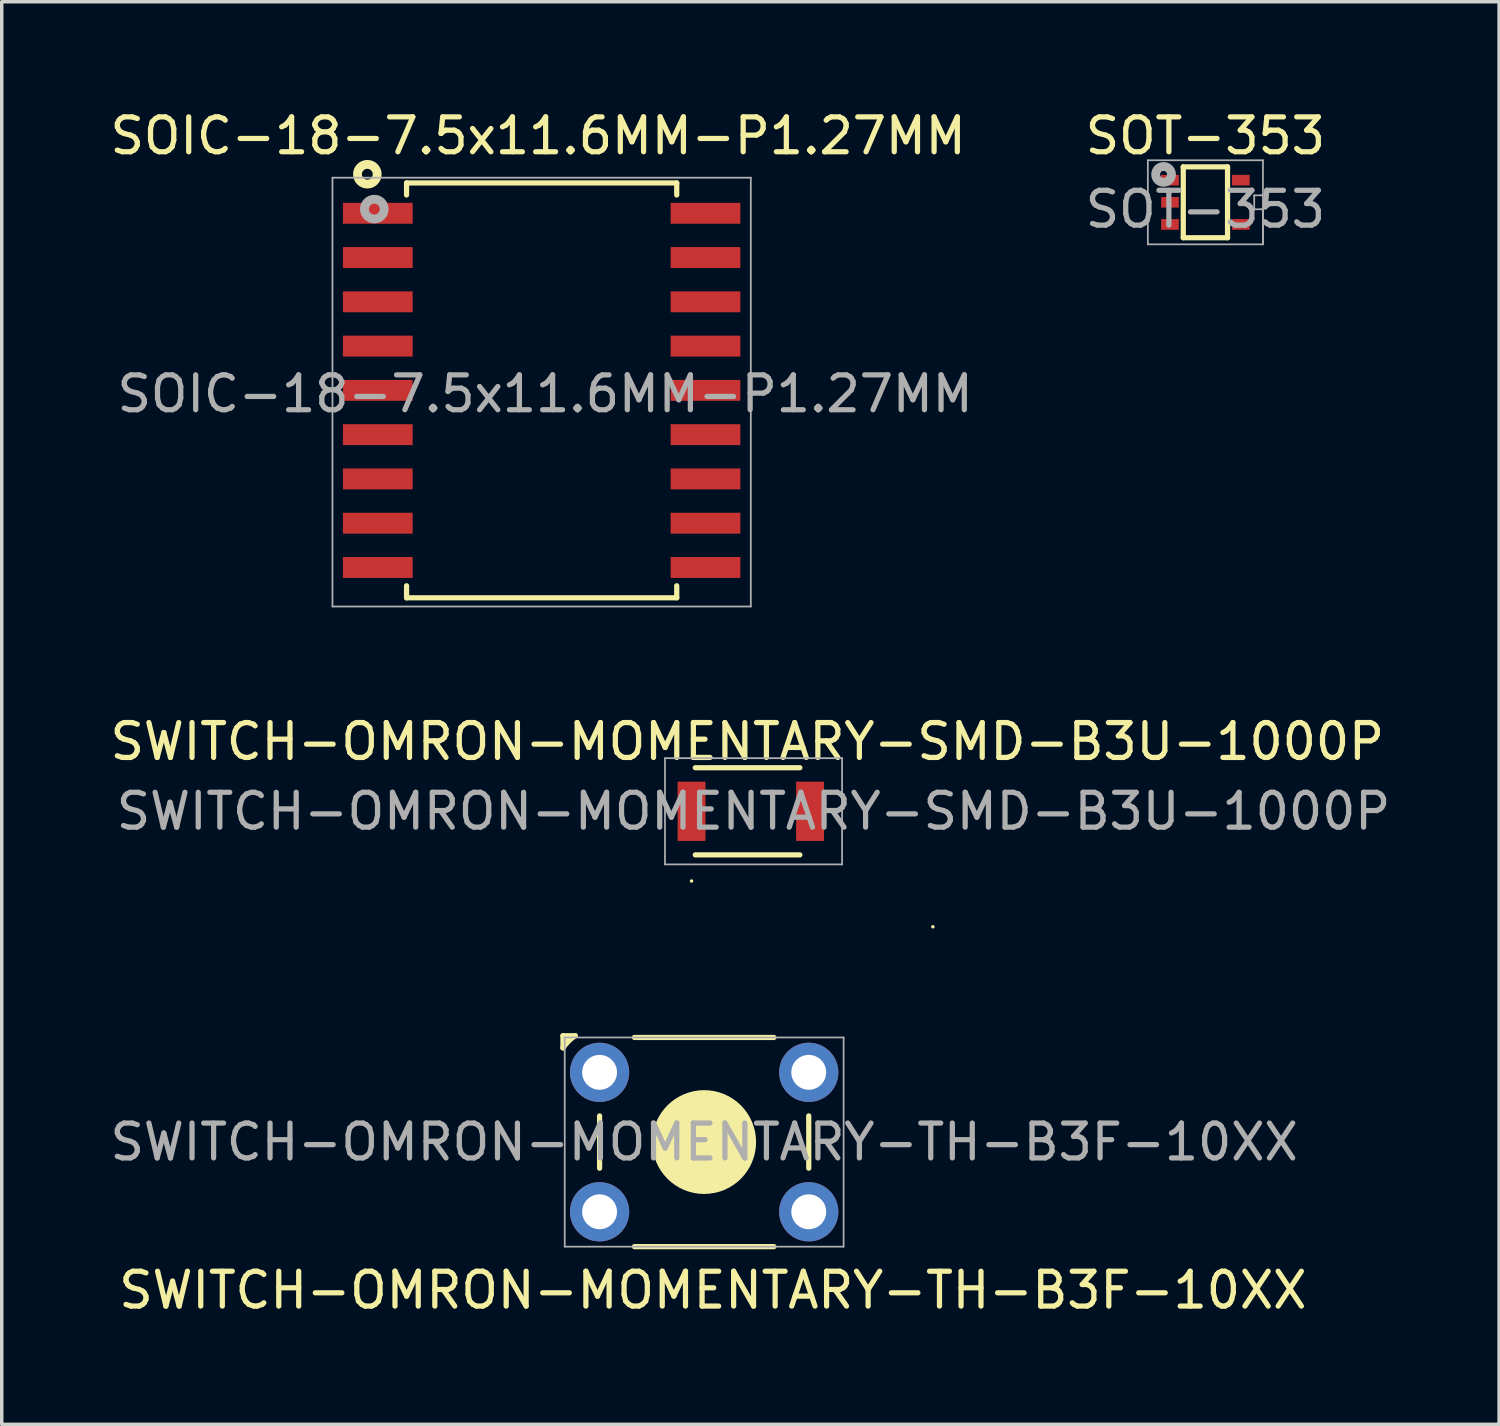
<source format=kicad_pcb>
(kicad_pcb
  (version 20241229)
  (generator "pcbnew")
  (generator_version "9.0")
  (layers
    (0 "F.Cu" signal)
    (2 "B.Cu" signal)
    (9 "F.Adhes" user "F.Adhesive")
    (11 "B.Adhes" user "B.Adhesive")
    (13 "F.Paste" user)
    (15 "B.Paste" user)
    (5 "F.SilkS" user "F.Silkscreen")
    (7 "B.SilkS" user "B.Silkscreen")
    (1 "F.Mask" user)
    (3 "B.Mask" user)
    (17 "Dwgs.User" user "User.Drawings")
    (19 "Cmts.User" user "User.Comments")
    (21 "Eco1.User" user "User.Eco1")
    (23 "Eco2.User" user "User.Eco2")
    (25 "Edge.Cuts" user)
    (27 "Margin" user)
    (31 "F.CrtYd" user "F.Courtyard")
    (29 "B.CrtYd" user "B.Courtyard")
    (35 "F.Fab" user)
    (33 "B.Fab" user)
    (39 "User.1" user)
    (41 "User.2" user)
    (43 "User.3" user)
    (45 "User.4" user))
  (footprint "SOT-353"
    (layer "F.Cu")
    (at 31.527 2.753)
    (property "Reference" "SOT-353" (at 0 0.2 0) (layer "F.Fab") (effects (font (size 1 1) (thickness 0.15))))
    (attr smd)
    (fp_line (start -0.635 -1.016) (end -0.635 1.016) (stroke (width 0.15) (type solid)) (layer "F.SilkS"))
    (fp_line (start -0.635 1.016) (end 0.635 1.016) (stroke (width 0.15) (type solid)) (layer "F.SilkS"))
    (fp_line (start 0.635 -1.016) (end -0.635 -1.016) (stroke (width 0.15) (type solid)) (layer "F.SilkS"))
    (fp_line (start 0.635 1.016) (end 0.635 -1.016) (stroke (width 0.15) (type solid)) (layer "F.SilkS"))
    (fp_line (start -1.651 -1.206) (end -1.651 1.206) (stroke (width 0.05) (type solid)) (layer "F.Fab"))
    (fp_line (start -1.651 1.206) (end 1.651 1.206) (stroke (width 0.05) (type solid)) (layer "F.Fab"))
    (fp_line (start 1.4 -0.2) (end 1.4 0.2) (stroke (width 0.05) (type solid)) (layer "F.Fab"))
    (fp_line (start 1.4 0.2) (end 1.6 0.2) (stroke (width 0.05) (type solid)) (layer "F.Fab"))
    (fp_line (start 1.6 -0.2) (end 1.4 -0.2) (stroke (width 0.05) (type solid)) (layer "F.Fab"))
    (fp_line (start 1.6 -0.2) (end 1.65 -0.2) (stroke (width 0.05) (type solid)) (layer "F.Fab"))
    (fp_line (start 1.6 0.2) (end 1.65 0.2) (stroke (width 0.05) (type solid)) (layer "F.Fab"))
    (fp_line (start 1.651 -1.206) (end -1.651 -1.206) (stroke (width 0.05) (type solid)) (layer "F.Fab"))
    (fp_line (start 1.651 1.206) (end 1.651 -1.206) (stroke (width 0.05) (type solid)) (layer "F.Fab"))
    (fp_line (start 1.651 1.206) (end 1.651 0.191) (stroke (width 0.05) (type solid)) (layer "F.Fab"))
    (fp_circle (center -1.2 -0.8) (end -1.2 -0.7) (stroke (width 0.254) (type solid)) (fill no) (layer "F.Fab"))
    (fp_text user "${REFERENCE}" (at 0 -1.905 0) (layer "F.SilkS") (effects (font (size 1 1) (thickness 0.15))))
    (pad "1" smd rect (at -1.016 -0.635) (size 0.508 0.305) (layers "F.Cu" "F.Mask" "F.Paste"))
    (pad "2" smd rect (at -1.016 0) (size 0.508 0.305) (layers "F.Cu" "F.Mask" "F.Paste"))
    (pad "3" smd rect (at -1.016 0.635) (size 0.508 0.305) (layers "F.Cu" "F.Mask" "F.Paste"))
    (pad "4" smd rect (at 1.016 0.635) (size 0.508 0.305) (layers "F.Cu" "F.Mask" "F.Paste"))
    (pad "5" smd rect (at 1.016 -0.635) (size 0.508 0.305) (layers "F.Cu" "F.Mask" "F.Paste")))
  (footprint "SWITCH-OMRON-MOMENTARY-TH-B3F-10XX"
    (layer "F.Cu")
    (at 14.149 27.71)
    (property "Reference" "SWITCH-OMRON-MOMENTARY-TH-B3F-10XX" (at 3 2 0) (layer "F.Fab") (effects (font (size 1 1) (thickness 0.15))))
    (attr through_hole)
    (fp_line (start -1.05 -1.05) (end -1.05 -0.7) (stroke (width 0.15) (type solid)) (layer "F.SilkS"))
    (fp_line (start -1.05 -1.05) (end -0.7 -1.05) (stroke (width 0.15) (type solid)) (layer "F.SilkS"))
    (fp_line (start -0.95 -1) (end -0.95 -0.9) (stroke (width 0.15) (type solid)) (layer "F.SilkS"))
    (fp_line (start 0 2) (end 0 2) (stroke (width 0.1) (type solid)) (layer "F.SilkS"))
    (fp_line (start 0 2.75) (end 0 1.25) (stroke (width 0.15) (type solid)) (layer "F.SilkS"))
    (fp_line (start 1 -1) (end 5 -1) (stroke (width 0.15) (type solid)) (layer "F.SilkS"))
    (fp_line (start 1 5) (end 5 5) (stroke (width 0.15) (type solid)) (layer "F.SilkS"))
    (fp_line (start 5 -1) (end 1 -1) (stroke (width 0.1) (type solid)) (layer "F.SilkS"))
    (fp_line (start 5 5) (end 1 5) (stroke (width 0.1) (type solid)) (layer "F.SilkS"))
    (fp_line (start 6 1.25) (end 6 2.75) (stroke (width 0.15) (type solid)) (layer "F.SilkS"))
    (fp_line (start 6 2) (end 6 2) (stroke (width 0.1) (type solid)) (layer "F.SilkS"))
    (fp_arc (start -1.05 -0.7) (mid -0.892328 -0.892328) (end -0.7 -1.05) (stroke (width 0.15) (type solid)) (layer "F.SilkS"))
    (fp_circle (center 3 2) (end 4 3) (stroke (width 0) (type solid)) (fill yes) (layer "F.SilkS"))
    (fp_circle (center 3 2) (end 4 3) (stroke (width 0.15) (type solid)) (fill no) (layer "F.SilkS"))
    (fp_line (start -1 -1) (end -1 5) (stroke (width 0.05) (type solid)) (layer "F.Fab"))
    (fp_line (start -1 5) (end 7 5) (stroke (width 0.05) (type solid)) (layer "F.Fab"))
    (fp_line (start 7 -1) (end -1 -1) (stroke (width 0.05) (type solid)) (layer "F.Fab"))
    (fp_line (start 7 5) (end 7 -1) (stroke (width 0.05) (type solid)) (layer "F.Fab"))
    (fp_text user "${REFERENCE}" (at 3.25 6.25 0) (layer "F.SilkS") (effects (font (size 1 1) (thickness 0.15))))
    (pad "1" thru_hole circle (at 0 0) (size 1.7 1.7) (drill 1) (layers "*.Cu" "*.Mask"))
    (pad "2" thru_hole circle (at 6 0) (size 1.7 1.7) (drill 1) (layers "*.Cu" "*.Mask"))
    (pad "3" thru_hole circle (at 0 4) (size 1.7 1.7) (drill 1) (layers "*.Cu" "*.Mask"))
    (pad "4" thru_hole circle (at 6 4) (size 1.7 1.7) (drill 1) (layers "*.Cu" "*.Mask")))
  (footprint "SWITCH-OMRON-MOMENTARY-SMD-B3U-1000P"
    (layer "F.Cu")
    (at 16.787 20.222)
    (property "Reference" "SWITCH-OMRON-MOMENTARY-SMD-B3U-1000P" (at 1.778 0 0) (layer "F.Fab") (effects (font (size 1 1) (thickness 0.15))))
    (attr through_hole)
    (fp_line (start 0 2) (end 0 2) (stroke (width 0.1) (type solid)) (layer "F.SilkS"))
    (fp_line (start 0.107 -1.25) (end 3.107 -1.25) (stroke (width 0.15) (type solid)) (layer "F.SilkS"))
    (fp_line (start 0.107 1.25) (end 3.107 1.25) (stroke (width 0.15) (type solid)) (layer "F.SilkS"))
    (fp_line (start 6.922 3.313) (end 6.922 3.313) (stroke (width 0.1) (type solid)) (layer "F.SilkS"))
    (fp_line (start -0.762 -1.524) (end 4.318 -1.524) (stroke (width 0.05) (type solid)) (layer "F.Fab"))
    (fp_line (start -0.762 1.524) (end -0.762 -1.524) (stroke (width 0.05) (type solid)) (layer "F.Fab"))
    (fp_line (start 4.318 -1.524) (end 4.318 1.524) (stroke (width 0.05) (type solid)) (layer "F.Fab"))
    (fp_line (start 4.318 1.524) (end -0.762 1.524) (stroke (width 0.05) (type solid)) (layer "F.Fab"))
    (fp_text user "${REFERENCE}" (at 1.6 -2 0) (layer "F.SilkS") (effects (font (size 1 1) (thickness 0.15))))
    (pad "1" smd rect (at 0 0) (size 0.8 1.7) (layers "F.Cu" "F.Mask" "F.Paste"))
    (pad "2" smd rect (at 3.4 0) (size 0.8 1.7) (layers "F.Cu" "F.Mask" "F.Paste")))
  (footprint "SOIC-18-7.5x11.6MM-P1.27MM"
    (layer "F.Cu")
    (at 12.487 8.148)
    (property "Reference" "SOIC-18-7.5x11.6MM-P1.27MM" (at 0.1 0.1 0) (layer "F.Fab") (effects (font (size 1 1) (thickness 0.15))))
    (attr smd)
    (fp_line (start -3.875 -5.95) (end -3.875 -5.605) (stroke (width 0.15) (type solid)) (layer "F.SilkS"))
    (fp_line (start -3.875 -5.95) (end 3.875 -5.95) (stroke (width 0.15) (type solid)) (layer "F.SilkS"))
    (fp_line (start -3.875 5.95) (end -3.875 5.605) (stroke (width 0.15) (type solid)) (layer "F.SilkS"))
    (fp_line (start -3.875 5.95) (end 3.875 5.95) (stroke (width 0.15) (type solid)) (layer "F.SilkS"))
    (fp_line (start 3.875 -5.95) (end 3.875 -5.605) (stroke (width 0.15) (type solid)) (layer "F.SilkS"))
    (fp_line (start 3.875 5.95) (end 3.875 5.605) (stroke (width 0.15) (type solid)) (layer "F.SilkS"))
    (fp_circle (center -5 -6.2) (end -4.8 -6) (stroke (width 0.254) (type solid)) (fill no) (layer "F.SilkS"))
    (fp_line (start -6 -6.1) (end -6 6.2) (stroke (width 0.051) (type solid)) (layer "F.Fab"))
    (fp_line (start -6 6.2) (end 6 6.2) (stroke (width 0.051) (type solid)) (layer "F.Fab"))
    (fp_line (start 6 -6.1) (end -6 -6.1) (stroke (width 0.051) (type solid)) (layer "F.Fab"))
    (fp_line (start 6 6.2) (end 6 -6.1) (stroke (width 0.051) (type solid)) (layer "F.Fab"))
    (fp_circle (center -4.8 -5.2) (end -4.6 -5) (stroke (width 0.254) (type solid)) (fill no) (layer "F.Fab"))
    (fp_text user "${REFERENCE}" (at -0.1 -7.3 0) (layer "F.SilkS") (effects (font (size 1 1) (thickness 0.15))))
    (pad "1" smd rect (at -4.7 -5.08) (size 2 0.6) (layers "F.Cu" "F.Mask" "F.Paste"))
    (pad "2" smd rect (at -4.7 -3.81) (size 2 0.6) (layers "F.Cu" "F.Mask" "F.Paste"))
    (pad "3" smd rect (at -4.7 -2.54) (size 2 0.6) (layers "F.Cu" "F.Mask" "F.Paste"))
    (pad "4" smd rect (at -4.7 -1.27) (size 2 0.6) (layers "F.Cu" "F.Mask" "F.Paste"))
    (pad "5" smd rect (at -4.7 0) (size 2 0.6) (layers "F.Cu" "F.Mask" "F.Paste"))
    (pad "6" smd rect (at -4.7 1.27) (size 2 0.6) (layers "F.Cu" "F.Mask" "F.Paste"))
    (pad "7" smd rect (at -4.7 2.54) (size 2 0.6) (layers "F.Cu" "F.Mask" "F.Paste"))
    (pad "8" smd rect (at -4.7 3.81) (size 2 0.6) (layers "F.Cu" "F.Mask" "F.Paste"))
    (pad "9" smd rect (at -4.7 5.08) (size 2 0.6) (layers "F.Cu" "F.Mask" "F.Paste"))
    (pad "10" smd rect (at 4.7 5.08) (size 2 0.6) (layers "F.Cu" "F.Mask" "F.Paste"))
    (pad "11" smd rect (at 4.7 3.81) (size 2 0.6) (layers "F.Cu" "F.Mask" "F.Paste"))
    (pad "12" smd rect (at 4.7 2.54) (size 2 0.6) (layers "F.Cu" "F.Mask" "F.Paste"))
    (pad "13" smd rect (at 4.7 1.27) (size 2 0.6) (layers "F.Cu" "F.Mask" "F.Paste"))
    (pad "14" smd rect (at 4.7 0) (size 2 0.6) (layers "F.Cu" "F.Mask" "F.Paste"))
    (pad "15" smd rect (at 4.7 -1.27) (size 2 0.6) (layers "F.Cu" "F.Mask" "F.Paste"))
    (pad "16" smd rect (at 4.7 -2.54) (size 2 0.6) (layers "F.Cu" "F.Mask" "F.Paste"))
    (pad "17" smd rect (at 4.7 -3.81) (size 2 0.6) (layers "F.Cu" "F.Mask" "F.Paste"))
    (pad "18" smd rect (at 4.7 -5.08) (size 2 0.6) (layers "F.Cu" "F.Mask" "F.Paste")))
  (gr_rect
    (start -3 -3)
    (end 39.952 37.808)
    (stroke (width 0.1) (type default))
    (fill no)
    (layer "Edge.Cuts")))
</source>
